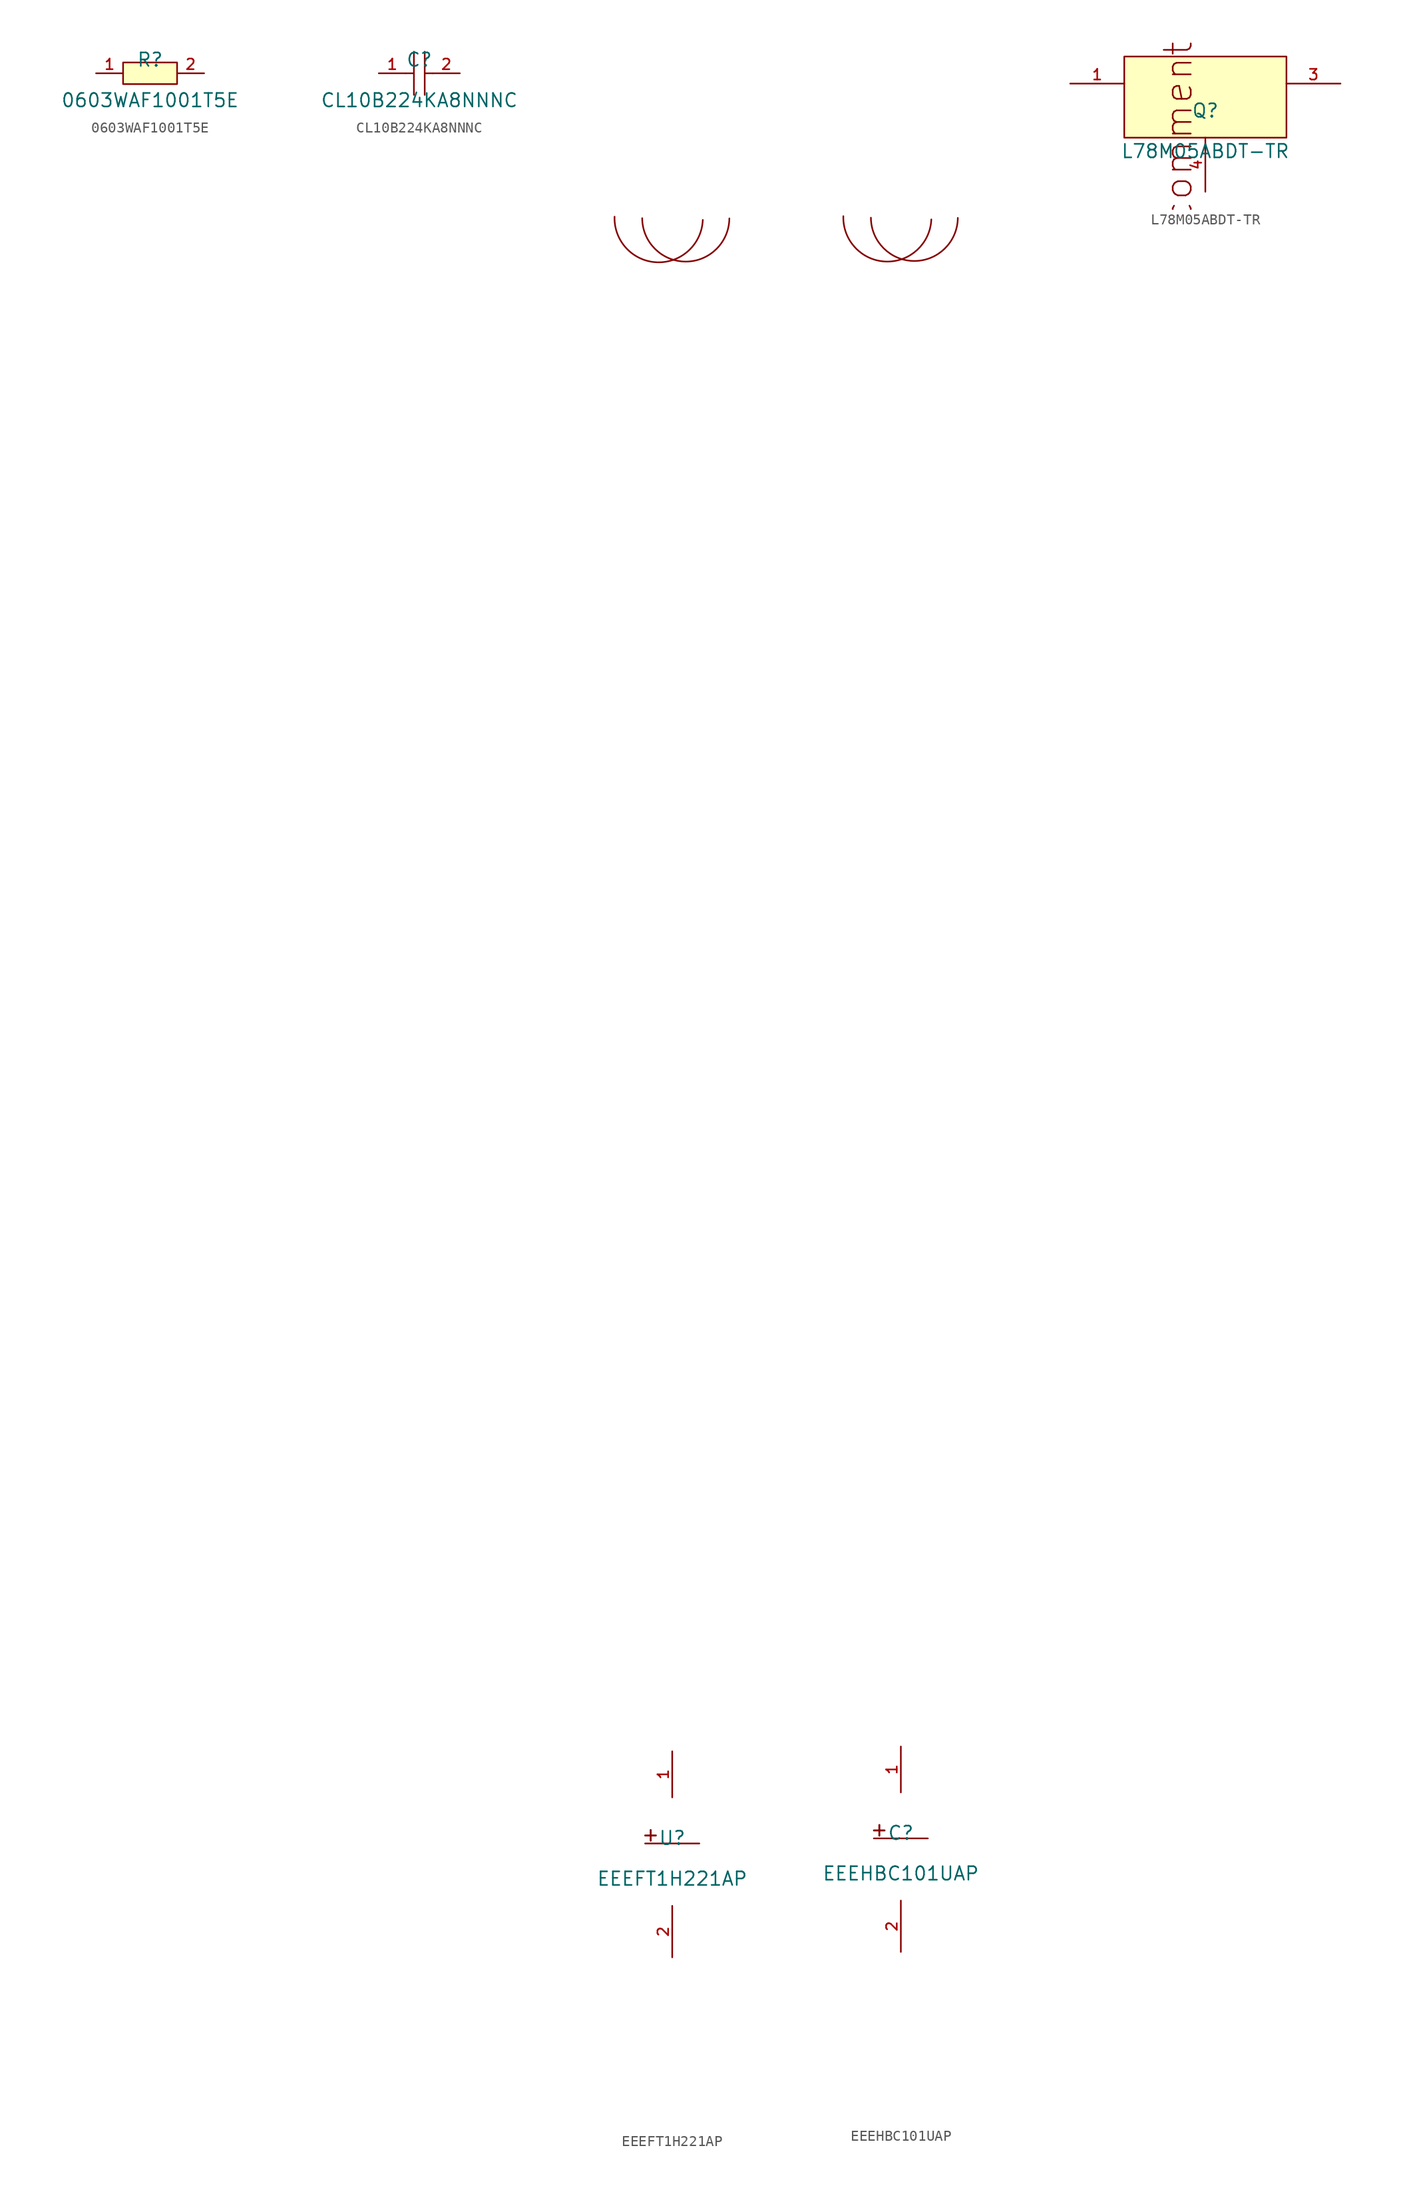
<source format=kicad_sym>
(kicad_symbol_lib
  (version 20210201)
  (generator TousstNicolas/JLC2KiCad_lib)
  (symbol "0603WAF1001T5E"
    (pin_names hide)
    (property "Reference" "R"
      (at 0 1.27 0)
      (effects (font (size 1.27 1.27))))
    (property "Value" "0603WAF1001T5E"
      (at 0 -2.54 0)
      (effects (font (size 1.27 1.27))))
    (symbol "0603WAF1001T5E_0_1"
      (pin input line (at 5.08 -0.0 180) (length 2.54) (name "2" (effects (font (size 1 1)))) (number "2" (effects (font (size 1 1)))))
      (pin input line (at -5.08 -0.0 0) (length 2.54) (name "1" (effects (font (size 1 1)))) (number "1" (effects (font (size 1 1)))))
      (rectangle (start -2.54 1.016) (end 2.54 -1.016) (stroke (width 0) (type default) (color 0 0 0 0)) (fill (type background)))))
  (symbol "CL10B224KA8NNNC"
    (pin_names hide)
    (property "Reference" "C"
      (at 0 1.27 0)
      (effects (font (size 1.27 1.27))))
    (property "Value" "CL10B224KA8NNNC"
      (at 0 -2.54 0)
      (effects (font (size 1.27 1.27))))
    (symbol "CL10B224KA8NNNC_0_1"
      (polyline (pts (xy -0.508 2.032) (xy -0.508 -2.032)) (stroke (width 0) (type default) (color 0 0 0 0)) (fill (type none)))
      (polyline (pts (xy 0.508 2.032) (xy 0.508 -2.032)) (stroke (width 0) (type default) (color 0 0 0 0)) (fill (type none)))
      (pin input line (at -3.81 -0.0 0) (length 2.54) (name "1" (effects (font (size 1 1)))) (number "1" (effects (font (size 1 1)))))
      (pin input line (at 3.81 -0.0 180) (length 2.54) (name "2" (effects (font (size 1 1)))) (number "2" (effects (font (size 1 1)))))
      (polyline (pts (xy -1.27 -0.0) (xy -0.508 -0.0)) (stroke (width 0) (type default) (color 0 0 0 0)) (fill (type none)))
      (polyline (pts (xy 0.508 -0.0) (xy 1.27 -0.0)) (stroke (width 0) (type default) (color 0 0 0 0)) (fill (type none)))))
  (symbol "EEEFT1H221AP"
    (pin_names hide)
    (property "Reference" "U"
      (at 0 1.27 0)
      (effects (font (size 1.27 1.27))))
    (property "Value" "EEEFT1H221AP"
      (at 0 -2.54 0)
      (effects (font (size 1.27 1.27))))
    (symbol "EEEFT1H221AP_0_1"
      (pin unspecified line (at 0.0 5.08 90) (length 4.318) (name "1" (effects (font (size 1 1)))) (number "1" (effects (font (size 1 1)))))
      (pin unspecified line (at 0.0 -5.08 270) (length 4.826) (name "2" (effects (font (size 1 1)))) (number "2" (effects (font (size 1 1)))))
      (polyline (pts (xy -2.54 0.762) (xy 2.54 0.762)) (stroke (width 0) (type default) (color 0 0 0 0)) (fill (type none)))
      (arc (start 5.355231055666675 153.02458998320105) (mid 1.2592864525939904 148.95007755495055) (end -2.815225975656514 153.04602215802325) (stroke (width 0) (type default) (color 0 0 0 0)) (fill (type none)))
      (arc (start 2.865311391389729 152.88348074512368) (mid -1.4218278654935625 148.89999213921735) (end -5.405316471399889 153.1871313961006) (stroke (width 0) (type default) (color 0 0 0 0)) (fill (type none)))
      (rectangle (start -2.54 1.524) (end -1.524 1.499) (stroke (width 0) (type default) (color 0 0 0 0)) (fill (type background)))
      (rectangle (start -2.032 2.032) (end -2.007 1.016) (stroke (width 0) (type default) (color 0 0 0 0)) (fill (type background)))))
  (symbol "EEEHBC101UAP"
    (pin_names hide)
    (property "Reference" "C"
      (at 0 1.27 0)
      (effects (font (size 1.27 1.27))))
    (property "Value" "EEEHBC101UAP"
      (at 0 -2.54 0)
      (effects (font (size 1.27 1.27))))
    (symbol "EEEHBC101UAP_0_1"
      (rectangle (start -2.032 2.032) (end -2.007 1.016) (stroke (width 0) (type default) (color 0 0 0 0)) (fill (type background)))
      (rectangle (start -2.54 1.524) (end -1.524 1.499) (stroke (width 0) (type default) (color 0 0 0 0)) (fill (type background)))
      (arc (start 2.865311391389729 152.88348074512368) (mid -1.4218278654935625 148.89999213921735) (end -5.405316471399889 153.1871313961006) (stroke (width 0) (type default) (color 0 0 0 0)) (fill (type none)))
      (arc (start 5.355231055666675 153.02458998320105) (mid 1.2592864525939904 148.95007755495055) (end -2.815225975656514 153.04602215802325) (stroke (width 0) (type default) (color 0 0 0 0)) (fill (type none)))
      (polyline (pts (xy -2.54 0.762) (xy 2.54 0.762)) (stroke (width 0) (type default) (color 0 0 0 0)) (fill (type none)))
      (pin unspecified line (at 0.0 -5.08 270) (length 4.826) (name "2" (effects (font (size 1 1)))) (number "2" (effects (font (size 1 1)))))
      (pin unspecified line (at 0.0 5.08 90) (length 4.318) (name "1" (effects (font (size 1 1)))) (number "1" (effects (font (size 1 1)))))))
  (symbol "L78M05ABDT-TR"
    (pin_names hide)
    (property "Reference" "Q"
      (at 0 1.27 0)
      (effects (font (size 1.27 1.27))))
    (property "Value" "L78M05ABDT-TR"
      (at 0 -2.54 0)
      (effects (font (size 1.27 1.27))))
    (symbol "L78M05ABDT-TR_0_1"
      (rectangle (start -7.62 6.35) (end 7.62 -1.27) (stroke (width 0) (type default) (color 0 0 0 0)) (fill (type background)))
      (text "comment" (at -2.54 -0.762 1800.0) (effects (font (size 2.54 2.54))))
      (pin power_in line (at -12.7 3.81 0) (length 5.08) (name "IN" (effects (font (size 1 1)))) (number "1" (effects (font (size 1 1)))))
      (pin power_in line (at 0.0 -6.35 90) (length 5.08) (name "GND" (effects (font (size 1 1)))) (number "4" (effects (font (size 1 1)))))
      (pin power_in line (at 12.7 3.81 180) (length 5.08) (name "OUT" (effects (font (size 1 1)))) (number "3" (effects (font (size 1 1))))))))
</source>
